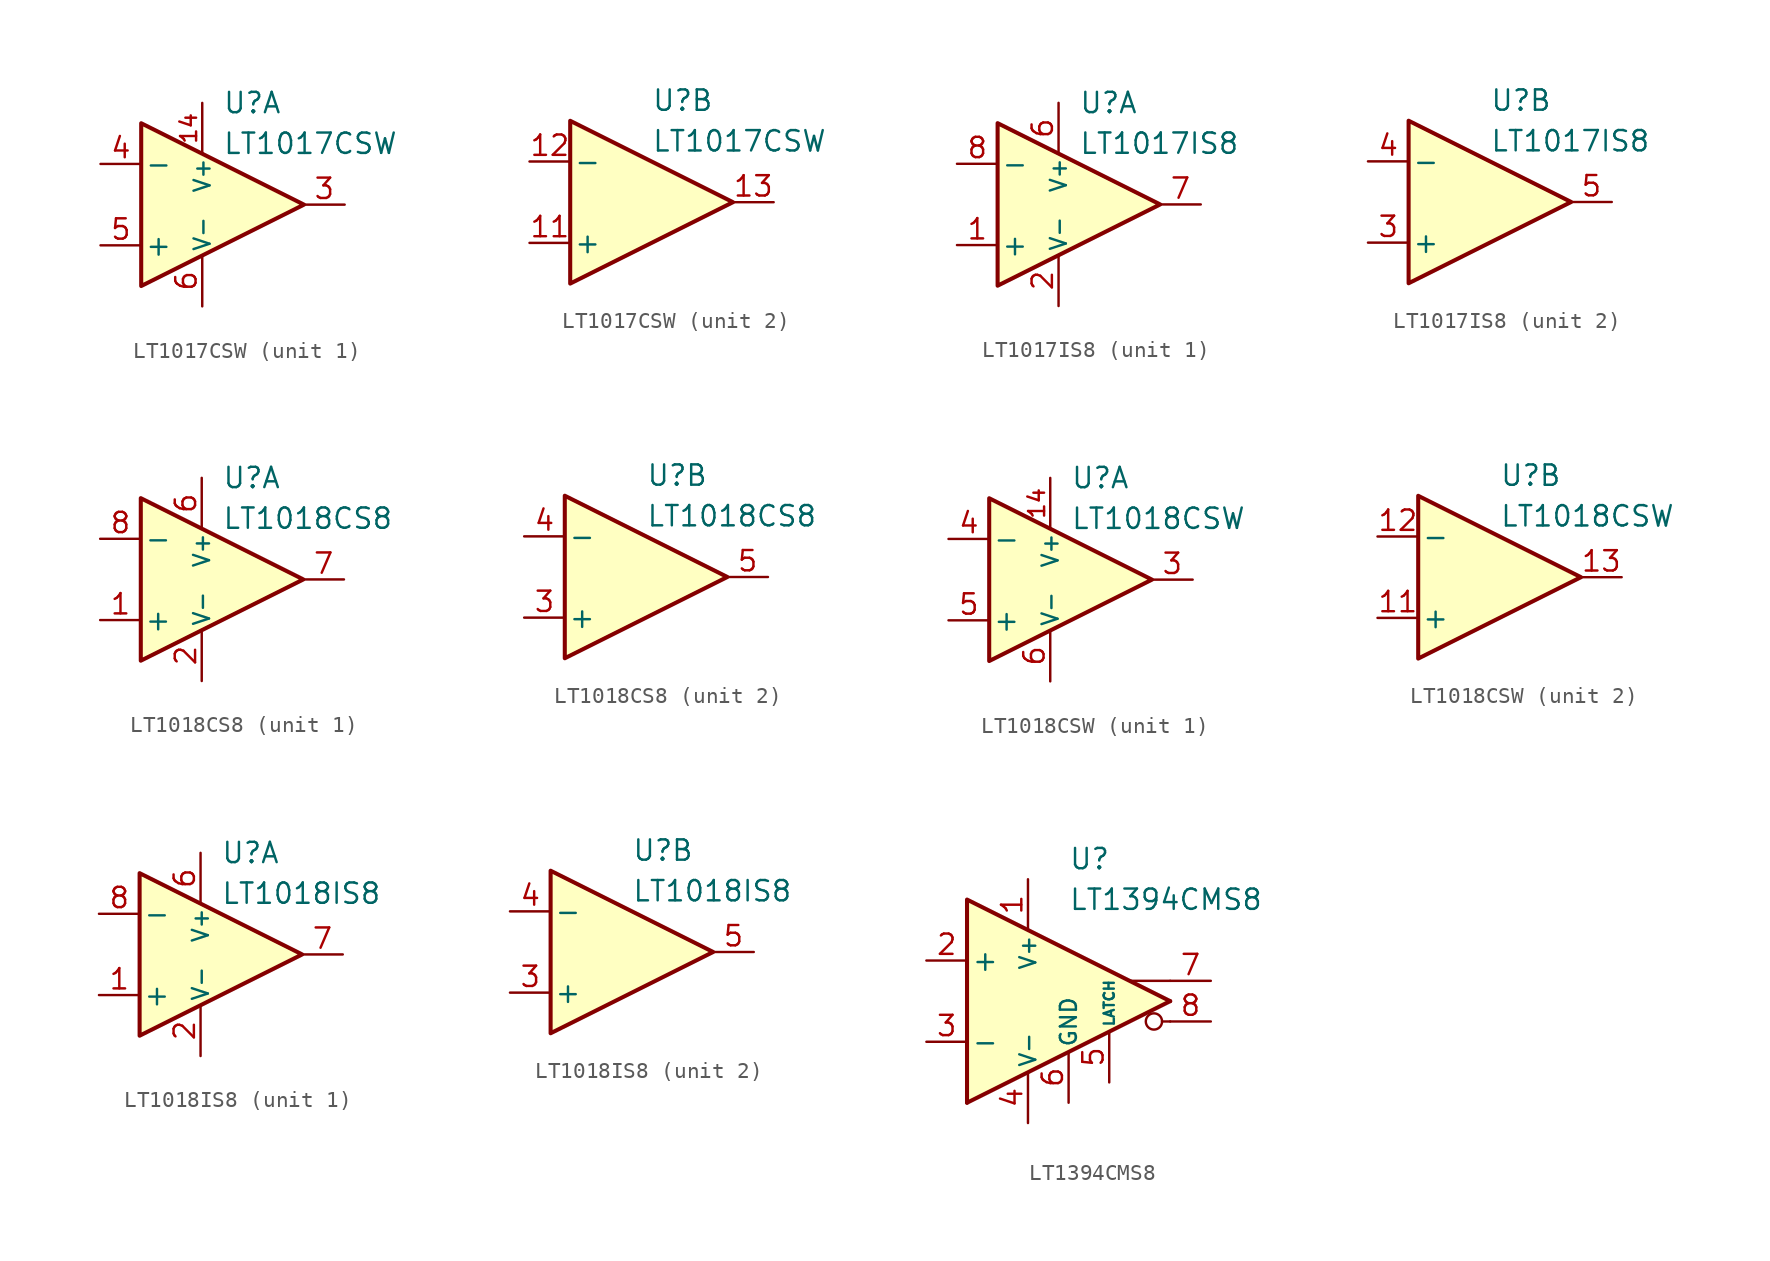
<source format=kicad_sym>
(kicad_symbol_lib
  (version 20231120)
  (generator "kicad_symbol_editor")
  (generator_version "8.0")
  (symbol "LT1017CSW"
    (pin_names
      (offset 0.2))
    (property "Reference" "U"
      (at 1.27 6.35 0)
      (effects (font (size 1.27 1.27)) (justify left)))
    (property "Value" "LT1017CSW"
      (at 1.27 3.81 0)
      (effects (font (size 1.27 1.27)) (justify left)))
    (property "ki_locked" ""
      (at 0 0 0)
      (effects (font (size 1.27 1.27))))
    (symbol "LT1017CSW_0_1"
      (polyline (pts (xy -3.81 5.08) (xy -3.81 -5.08) (xy 6.35 0) (xy -3.81 5.08)) (stroke (width 0.254) (type default)) (fill (type background))))
    (symbol "LT1017CSW_1_1"
      (pin free line (at -1.27 2.54 270) (length 2.54) hide (name "NC" (effects (font (size 1.27 1.27)))) (number "1" (effects (font (size 1.27 1.27)))))
      (pin power_in line (at 0 6.35 270) (length 3.18) (name "V+" (effects (font (size 1 1)))) (number "14" (effects (font (size 1 1)))))
      (pin free line (at -1.27 -2.54 90) (length 2.54) hide (name "NC" (effects (font (size 1.27 1.27)))) (number "2" (effects (font (size 1.27 1.27)))))
      (pin output line (at 8.89 0 180) (length 2.54) (name "~" (effects (font (size 1.27 1.27)))) (number "3" (effects (font (size 1.27 1.27)))))
      (pin input line (at -6.35 2.54 0) (length 2.54) (name "-" (effects (font (size 1.27 1.27)))) (number "4" (effects (font (size 1.27 1.27)))))
      (pin input line (at -6.35 -2.54 0) (length 2.54) (name "+" (effects (font (size 1.27 1.27)))) (number "5" (effects (font (size 1.27 1.27)))))
      (pin power_in line (at 0 -6.35 90) (length 3.18) (name "V-" (effects (font (size 1 1)))) (number "6" (effects (font (size 1.27 1.27)))))
      (pin free line (at 1.27 2.54 270) (length 2.54) hide (name "NC" (effects (font (size 1.27 1.27)))) (number "7" (effects (font (size 1.27 1.27)))))
      (pin free line (at 1.27 -2.54 90) (length 2.54) hide (name "NC" (effects (font (size 1.27 1.27)))) (number "8" (effects (font (size 1.27 1.27))))))
    (symbol "LT1017CSW_2_1"
      (pin free line (at -1.27 -2.54 90) (length 2.54) hide (name "NC" (effects (font (size 1.27 1.27)))) (number "10" (effects (font (size 1.27 1.27)))))
      (pin input line (at -6.35 -2.54 0) (length 2.54) (name "+" (effects (font (size 1.27 1.27)))) (number "11" (effects (font (size 1.27 1.27)))))
      (pin input line (at -6.35 2.54 0) (length 2.54) (name "-" (effects (font (size 1.27 1.27)))) (number "12" (effects (font (size 1.27 1.27)))))
      (pin output line (at 8.89 0 180) (length 2.54) (name "~" (effects (font (size 1.27 1.27)))) (number "13" (effects (font (size 1.27 1.27)))))
      (pin free line (at 1.27 2.54 270) (length 2.54) hide (name "NC" (effects (font (size 1.27 1.27)))) (number "15" (effects (font (size 1.27 1.27)))))
      (pin free line (at 1.27 -2.54 90) (length 2.54) hide (name "NC" (effects (font (size 1.27 1.27)))) (number "16" (effects (font (size 1.27 1.27)))))
      (pin free line (at -1.27 2.54 270) (length 2.54) hide (name "NC" (effects (font (size 1.27 1.27)))) (number "9" (effects (font (size 1.27 1.27)))))))
  (symbol "LT1017IS8"
    (pin_names
      (offset 0.2))
    (property "Reference" "U"
      (at 1.27 6.35 0)
      (effects (font (size 1.27 1.27)) (justify left)))
    (property "Value" "LT1017IS8"
      (at 1.27 3.81 0)
      (effects (font (size 1.27 1.27)) (justify left)))
    (property "ki_locked" ""
      (at 0 0 0)
      (effects (font (size 1.27 1.27))))
    (symbol "LT1017IS8_0_1"
      (polyline (pts (xy -3.81 5.08) (xy -3.81 -5.08) (xy 6.35 0) (xy -3.81 5.08)) (stroke (width 0.254) (type default)) (fill (type background))))
    (symbol "LT1017IS8_1_1"
      (pin input line (at -6.35 -2.54 0) (length 2.54) (name "+" (effects (font (size 1.27 1.27)))) (number "1" (effects (font (size 1.27 1.27)))))
      (pin power_in line (at 0 -6.35 90) (length 3.18) (name "V-" (effects (font (size 1 1)))) (number "2" (effects (font (size 1.27 1.27)))))
      (pin power_in line (at 0 6.35 270) (length 3.18) (name "V+" (effects (font (size 1 1)))) (number "6" (effects (font (size 1.27 1.27)))))
      (pin output line (at 8.89 0 180) (length 2.54) (name "~" (effects (font (size 1.27 1.27)))) (number "7" (effects (font (size 1.27 1.27)))))
      (pin input line (at -6.35 2.54 0) (length 2.54) (name "-" (effects (font (size 1.27 1.27)))) (number "8" (effects (font (size 1.27 1.27))))))
    (symbol "LT1017IS8_2_1"
      (pin input line (at -6.35 -2.54 0) (length 2.54) (name "+" (effects (font (size 1.27 1.27)))) (number "3" (effects (font (size 1.27 1.27)))))
      (pin input line (at -6.35 2.54 0) (length 2.54) (name "-" (effects (font (size 1.27 1.27)))) (number "4" (effects (font (size 1.27 1.27)))))
      (pin output line (at 8.89 0 180) (length 2.54) (name "~" (effects (font (size 1.27 1.27)))) (number "5" (effects (font (size 1.27 1.27)))))))
  (symbol "LT1018CS8"
    (pin_names
      (offset 0.2))
    (property "Reference" "U"
      (at 1.27 6.35 0)
      (effects (font (size 1.27 1.27)) (justify left)))
    (property "Value" "LT1018CS8"
      (at 1.27 3.81 0)
      (effects (font (size 1.27 1.27)) (justify left)))
    (property "ki_locked" ""
      (at 0 0 0)
      (effects (font (size 1.27 1.27))))
    (symbol "LT1018CS8_0_1"
      (polyline (pts (xy -3.81 5.08) (xy -3.81 -5.08) (xy 6.35 0) (xy -3.81 5.08)) (stroke (width 0.254) (type default)) (fill (type background))))
    (symbol "LT1018CS8_1_1"
      (pin input line (at -6.35 -2.54 0) (length 2.54) (name "+" (effects (font (size 1.27 1.27)))) (number "1" (effects (font (size 1.27 1.27)))))
      (pin power_in line (at 0 -6.35 90) (length 3.18) (name "V-" (effects (font (size 1 1)))) (number "2" (effects (font (size 1.27 1.27)))))
      (pin power_in line (at 0 6.35 270) (length 3.18) (name "V+" (effects (font (size 1 1)))) (number "6" (effects (font (size 1.27 1.27)))))
      (pin output line (at 8.89 0 180) (length 2.54) (name "~" (effects (font (size 1.27 1.27)))) (number "7" (effects (font (size 1.27 1.27)))))
      (pin input line (at -6.35 2.54 0) (length 2.54) (name "-" (effects (font (size 1.27 1.27)))) (number "8" (effects (font (size 1.27 1.27))))))
    (symbol "LT1018CS8_2_1"
      (pin input line (at -6.35 -2.54 0) (length 2.54) (name "+" (effects (font (size 1.27 1.27)))) (number "3" (effects (font (size 1.27 1.27)))))
      (pin input line (at -6.35 2.54 0) (length 2.54) (name "-" (effects (font (size 1.27 1.27)))) (number "4" (effects (font (size 1.27 1.27)))))
      (pin output line (at 8.89 0 180) (length 2.54) (name "~" (effects (font (size 1.27 1.27)))) (number "5" (effects (font (size 1.27 1.27)))))))
  (symbol "LT1018CSW"
    (pin_names
      (offset 0.2))
    (property "Reference" "U"
      (at 1.27 6.35 0)
      (effects (font (size 1.27 1.27)) (justify left)))
    (property "Value" "LT1018CSW"
      (at 1.27 3.81 0)
      (effects (font (size 1.27 1.27)) (justify left)))
    (property "ki_locked" ""
      (at 0 0 0)
      (effects (font (size 1.27 1.27))))
    (symbol "LT1018CSW_0_1"
      (polyline (pts (xy -3.81 5.08) (xy -3.81 -5.08) (xy 6.35 0) (xy -3.81 5.08)) (stroke (width 0.254) (type default)) (fill (type background))))
    (symbol "LT1018CSW_1_1"
      (pin free line (at -1.27 1.27 270) (length 2.54) hide (name "NC" (effects (font (size 1.27 1.27)))) (number "1" (effects (font (size 1.27 1.27)))))
      (pin power_in line (at 0 6.35 270) (length 3.18) (name "V+" (effects (font (size 1 1)))) (number "14" (effects (font (size 1 1)))))
      (pin free line (at -1.27 -3.81 90) (length 2.54) hide (name "NC" (effects (font (size 1.27 1.27)))) (number "2" (effects (font (size 1.27 1.27)))))
      (pin output line (at 8.89 0 180) (length 2.54) (name "~" (effects (font (size 1.27 1.27)))) (number "3" (effects (font (size 1.27 1.27)))))
      (pin input line (at -6.35 2.54 0) (length 2.54) (name "-" (effects (font (size 1.27 1.27)))) (number "4" (effects (font (size 1.27 1.27)))))
      (pin input line (at -6.35 -2.54 0) (length 2.54) (name "+" (effects (font (size 1.27 1.27)))) (number "5" (effects (font (size 1.27 1.27)))))
      (pin power_in line (at 0 -6.35 90) (length 3.18) (name "V-" (effects (font (size 1 1)))) (number "6" (effects (font (size 1.27 1.27)))))
      (pin free line (at 1.27 1.27 270) (length 2.54) hide (name "NC" (effects (font (size 1.27 1.27)))) (number "7" (effects (font (size 1.27 1.27)))))
      (pin free line (at 1.27 -3.81 90) (length 2.54) hide (name "NC" (effects (font (size 1.27 1.27)))) (number "8" (effects (font (size 1.27 1.27))))))
    (symbol "LT1018CSW_2_1"
      (pin free line (at -1.27 -2.54 90) (length 2.54) hide (name "NC" (effects (font (size 1.27 1.27)))) (number "10" (effects (font (size 1.27 1.27)))))
      (pin input line (at -6.35 -2.54 0) (length 2.54) (name "+" (effects (font (size 1.27 1.27)))) (number "11" (effects (font (size 1.27 1.27)))))
      (pin input line (at -6.35 2.54 0) (length 2.54) (name "-" (effects (font (size 1.27 1.27)))) (number "12" (effects (font (size 1.27 1.27)))))
      (pin output line (at 8.89 0 180) (length 2.54) (name "~" (effects (font (size 1.27 1.27)))) (number "13" (effects (font (size 1.27 1.27)))))
      (pin free line (at 1.27 2.54 270) (length 2.54) hide (name "NC" (effects (font (size 1.27 1.27)))) (number "15" (effects (font (size 1.27 1.27)))))
      (pin free line (at 1.27 -2.54 90) (length 2.54) hide (name "NC" (effects (font (size 1.27 1.27)))) (number "16" (effects (font (size 1.27 1.27)))))
      (pin free line (at -1.27 2.54 270) (length 2.54) hide (name "NC" (effects (font (size 1.27 1.27)))) (number "9" (effects (font (size 1.27 1.27)))))))
  (symbol "LT1018IS8"
    (pin_names
      (offset 0.2))
    (property "Reference" "U"
      (at 1.27 6.35 0)
      (effects (font (size 1.27 1.27)) (justify left)))
    (property "Value" "LT1018IS8"
      (at 1.27 3.81 0)
      (effects (font (size 1.27 1.27)) (justify left)))
    (property "ki_locked" ""
      (at 0 0 0)
      (effects (font (size 1.27 1.27))))
    (symbol "LT1018IS8_0_1"
      (polyline (pts (xy -3.81 5.08) (xy -3.81 -5.08) (xy 6.35 0) (xy -3.81 5.08)) (stroke (width 0.254) (type default)) (fill (type background))))
    (symbol "LT1018IS8_1_1"
      (pin input line (at -6.35 -2.54 0) (length 2.54) (name "+" (effects (font (size 1.27 1.27)))) (number "1" (effects (font (size 1.27 1.27)))))
      (pin power_in line (at 0 -6.35 90) (length 3.18) (name "V-" (effects (font (size 1 1)))) (number "2" (effects (font (size 1.27 1.27)))))
      (pin power_in line (at 0 6.35 270) (length 3.18) (name "V+" (effects (font (size 1 1)))) (number "6" (effects (font (size 1.27 1.27)))))
      (pin output line (at 8.89 0 180) (length 2.54) (name "~" (effects (font (size 1.27 1.27)))) (number "7" (effects (font (size 1.27 1.27)))))
      (pin input line (at -6.35 2.54 0) (length 2.54) (name "-" (effects (font (size 1.27 1.27)))) (number "8" (effects (font (size 1.27 1.27))))))
    (symbol "LT1018IS8_2_1"
      (pin input line (at -6.35 -2.54 0) (length 2.54) (name "+" (effects (font (size 1.27 1.27)))) (number "3" (effects (font (size 1.27 1.27)))))
      (pin input line (at -6.35 2.54 0) (length 2.54) (name "-" (effects (font (size 1.27 1.27)))) (number "4" (effects (font (size 1.27 1.27)))))
      (pin output line (at 8.89 0 180) (length 2.54) (name "~" (effects (font (size 1.27 1.27)))) (number "5" (effects (font (size 1.27 1.27)))))))
  (symbol "LT1394CMS8"
    (pin_names
      (offset 0.254))
    (property "Reference" "U"
      (at 0 8.89 0)
      (effects (font (size 1.27 1.27)) (justify left)))
    (property "Value" "LT1394CMS8"
      (at 0 6.35 0)
      (effects (font (size 1.27 1.27)) (justify left)))
    (symbol "LT1394CMS8_0_0"
      (polyline (pts (xy 6.35 -1.27) (xy 5.842 -1.27)) (stroke (width 0.152) (type default)) (fill (type none)))
      (polyline (pts (xy 6.35 0) (xy -6.35 -6.35)) (stroke (width 0.254) (type default)) (fill (type none)))
      (polyline (pts (xy 6.35 1.27) (xy 3.81 1.27)) (stroke (width 0.152) (type default)) (fill (type none)))
      (polyline (pts (xy 6.35 0) (xy -6.35 6.35) (xy -6.35 -6.35)) (stroke (width 0.254) (type default)) (fill (type background)))
      (circle (center 5.334 -1.27) (radius 0.508) (stroke (width 0.152) (type default)) (fill (type none))))
    (symbol "LT1394CMS8_1_1"
      (pin power_in line (at -2.54 7.62 270) (length 3.18) (name "V+" (effects (font (size 1 1)))) (number "1" (effects (font (size 1.27 1.27)))))
      (pin input line (at -8.89 2.54 0) (length 2.54) (name "+" (effects (font (size 1.27 1.27)))) (number "2" (effects (font (size 1.27 1.27)))))
      (pin input line (at -8.89 -2.54 0) (length 2.54) (name "-" (effects (font (size 1.27 1.27)))) (number "3" (effects (font (size 1.27 1.27)))))
      (pin power_in line (at -2.54 -7.62 90) (length 3.18) (name "V-" (effects (font (size 1 1)))) (number "4" (effects (font (size 1.27 1.27)))))
      (pin input line (at 2.54 -5.08 90) (length 3.18) (name "LATCH" (effects (font (size 0.635 0.635)))) (number "5" (effects (font (size 1.27 1.27)))))
      (pin power_in line (at 0 -6.35 90) (length 3.18) (name "GND" (effects (font (size 1 1)))) (number "6" (effects (font (size 1.27 1.27)))))
      (pin output line (at 8.89 1.27 180) (length 2.54) (name "~" (effects (font (size 1.27 1.27)))) (number "7" (effects (font (size 1.27 1.27)))))
      (pin output line (at 8.89 -1.27 180) (length 2.54) (name "~" (effects (font (size 1.27 1.27)))) (number "8" (effects (font (size 1.27 1.27))))))))
</source>
